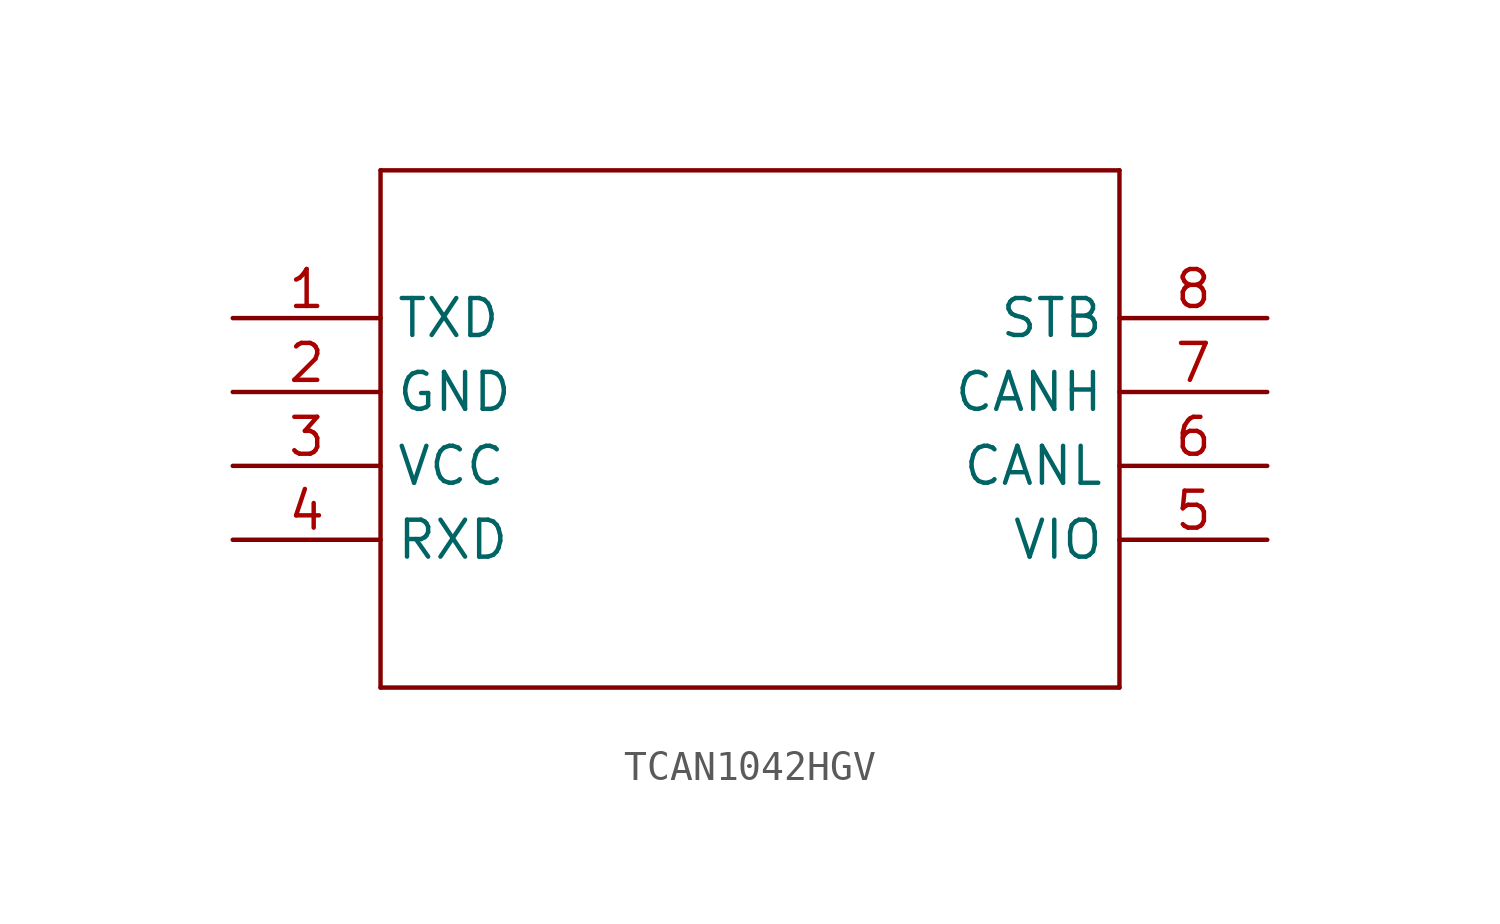
<source format=kicad_sym>
(kicad_symbol_lib
  (version 20231120)
  (generator "kicad_symbol_editor")
  (generator_version "8.0")
  (symbol "TCAN1042HGV"
    (property "Reference" ""
      (at -4.724 11.659 0)
      (effects (font (size 2.083 1.77)) (justify left bottom) (hide yes)))
    (property "ki_locked" ""
      (at 0 0 0)
      (effects (font (size 1.27 1.27))))
    (symbol "TCAN1042HGV_1_0"
      (polyline (pts (xy -12.7 -10.16) (xy 12.7 -10.16)) (stroke (width 0.152) (type solid)) (fill (type none)))
      (polyline (pts (xy -12.7 7.62) (xy -12.7 -10.16)) (stroke (width 0.152) (type solid)) (fill (type none)))
      (polyline (pts (xy 12.7 -10.16) (xy 12.7 7.62)) (stroke (width 0.152) (type solid)) (fill (type none)))
      (polyline (pts (xy 12.7 7.62) (xy -12.7 7.62)) (stroke (width 0.152) (type solid)) (fill (type none)))
      (pin input line (at -17.78 2.54 0) (length 5.08) (name "TXD" (effects (font (size 1.27 1.27)))) (number "1" (effects (font (size 1.27 1.27)))))
      (pin power_in line (at -17.78 0 0) (length 5.08) (name "GND" (effects (font (size 1.27 1.27)))) (number "2" (effects (font (size 1.27 1.27)))))
      (pin power_in line (at -17.78 -2.54 0) (length 5.08) (name "VCC" (effects (font (size 1.27 1.27)))) (number "3" (effects (font (size 1.27 1.27)))))
      (pin output line (at -17.78 -5.08 0) (length 5.08) (name "RXD" (effects (font (size 1.27 1.27)))) (number "4" (effects (font (size 1.27 1.27)))))
      (pin input line (at 17.78 -5.08 180) (length 5.08) (name "VIO" (effects (font (size 1.27 1.27)))) (number "5" (effects (font (size 1.27 1.27)))))
      (pin bidirectional line (at 17.78 -2.54 180) (length 5.08) (name "CANL" (effects (font (size 1.27 1.27)))) (number "6" (effects (font (size 1.27 1.27)))))
      (pin bidirectional line (at 17.78 0 180) (length 5.08) (name "CANH" (effects (font (size 1.27 1.27)))) (number "7" (effects (font (size 1.27 1.27)))))
      (pin input line (at 17.78 2.54 180) (length 5.08) (name "STB" (effects (font (size 1.27 1.27)))) (number "8" (effects (font (size 1.27 1.27))))))))
</source>
